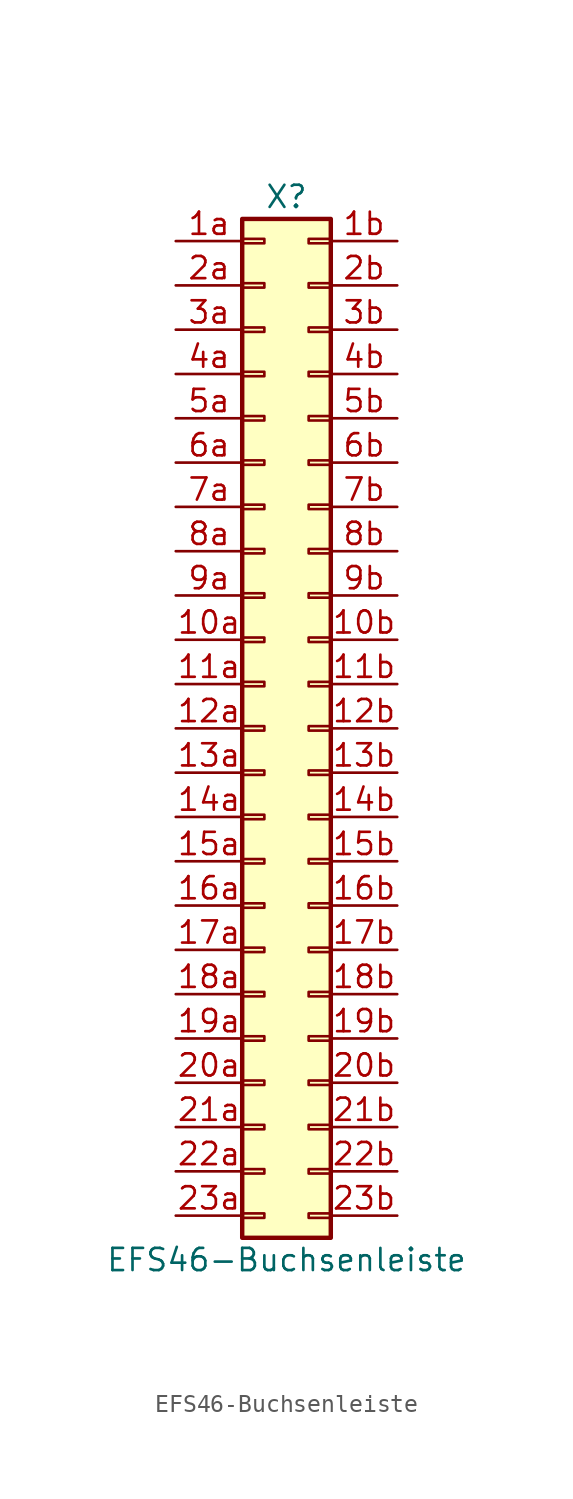
<source format=kicad_sym>
(kicad_symbol_lib
  (version 20211014)
  (generator kicad_symbol_editor)
  (symbol "EFS46-Buchsenleiste"
    (pin_names
      (offset 1.016) hide)
    (property "Reference" "X"
      (at 0 30.48 0)
      (effects (font (size 1.27 1.27))))
    (property "Value" "EFS46-Buchsenleiste"
      (at 0 -30.48 0)
      (effects (font (size 1.27 1.27))))
    (symbol "EFS46-Buchsenleiste_1_1"
      (rectangle (start -2.54 -27.813) (end -1.27 -28.067) (stroke (width 0.152) (type default) (color 0 0 0 0)) (fill (type none)))
      (rectangle (start -2.54 -25.273) (end -1.27 -25.527) (stroke (width 0.152) (type default) (color 0 0 0 0)) (fill (type none)))
      (rectangle (start -2.54 -22.733) (end -1.27 -22.987) (stroke (width 0.152) (type default) (color 0 0 0 0)) (fill (type none)))
      (rectangle (start -2.54 -20.193) (end -1.27 -20.447) (stroke (width 0.152) (type default) (color 0 0 0 0)) (fill (type none)))
      (rectangle (start -2.54 -17.653) (end -1.27 -17.907) (stroke (width 0.152) (type default) (color 0 0 0 0)) (fill (type none)))
      (rectangle (start -2.54 -15.113) (end -1.27 -15.367) (stroke (width 0.152) (type default) (color 0 0 0 0)) (fill (type none)))
      (rectangle (start -2.54 -12.573) (end -1.27 -12.827) (stroke (width 0.152) (type default) (color 0 0 0 0)) (fill (type none)))
      (rectangle (start -2.54 -10.033) (end -1.27 -10.287) (stroke (width 0.152) (type default) (color 0 0 0 0)) (fill (type none)))
      (rectangle (start -2.54 -7.493) (end -1.27 -7.747) (stroke (width 0.152) (type default) (color 0 0 0 0)) (fill (type none)))
      (rectangle (start -2.54 -4.953) (end -1.27 -5.207) (stroke (width 0.152) (type default) (color 0 0 0 0)) (fill (type none)))
      (rectangle (start -2.54 -2.413) (end -1.27 -2.667) (stroke (width 0.152) (type default) (color 0 0 0 0)) (fill (type none)))
      (rectangle (start -2.54 0.127) (end -1.27 -0.127) (stroke (width 0.152) (type default) (color 0 0 0 0)) (fill (type none)))
      (rectangle (start -2.54 2.667) (end -1.27 2.413) (stroke (width 0.152) (type default) (color 0 0 0 0)) (fill (type none)))
      (rectangle (start -2.54 5.207) (end -1.27 4.953) (stroke (width 0.152) (type default) (color 0 0 0 0)) (fill (type none)))
      (rectangle (start -2.54 7.747) (end -1.27 7.493) (stroke (width 0.152) (type default) (color 0 0 0 0)) (fill (type none)))
      (rectangle (start -2.54 10.287) (end -1.27 10.033) (stroke (width 0.152) (type default) (color 0 0 0 0)) (fill (type none)))
      (rectangle (start -2.54 12.827) (end -1.27 12.573) (stroke (width 0.152) (type default) (color 0 0 0 0)) (fill (type none)))
      (rectangle (start -2.54 15.367) (end -1.27 15.113) (stroke (width 0.152) (type default) (color 0 0 0 0)) (fill (type none)))
      (rectangle (start -2.54 17.907) (end -1.27 17.653) (stroke (width 0.152) (type default) (color 0 0 0 0)) (fill (type none)))
      (rectangle (start -2.54 20.447) (end -1.27 20.193) (stroke (width 0.152) (type default) (color 0 0 0 0)) (fill (type none)))
      (rectangle (start -2.54 22.987) (end -1.27 22.733) (stroke (width 0.152) (type default) (color 0 0 0 0)) (fill (type none)))
      (rectangle (start -2.54 25.527) (end -1.27 25.273) (stroke (width 0.152) (type default) (color 0 0 0 0)) (fill (type none)))
      (rectangle (start -2.54 28.067) (end -1.27 27.813) (stroke (width 0.152) (type default) (color 0 0 0 0)) (fill (type none)))
      (rectangle (start -2.54 29.21) (end 2.54 -29.21) (stroke (width 0.254) (type default) (color 0 0 0 0)) (fill (type background)))
      (rectangle (start 2.54 -27.813) (end 1.27 -28.067) (stroke (width 0.152) (type default) (color 0 0 0 0)) (fill (type none)))
      (rectangle (start 2.54 -25.273) (end 1.27 -25.527) (stroke (width 0.152) (type default) (color 0 0 0 0)) (fill (type none)))
      (rectangle (start 2.54 -22.733) (end 1.27 -22.987) (stroke (width 0.152) (type default) (color 0 0 0 0)) (fill (type none)))
      (rectangle (start 2.54 -20.193) (end 1.27 -20.447) (stroke (width 0.152) (type default) (color 0 0 0 0)) (fill (type none)))
      (rectangle (start 2.54 -17.653) (end 1.27 -17.907) (stroke (width 0.152) (type default) (color 0 0 0 0)) (fill (type none)))
      (rectangle (start 2.54 -15.113) (end 1.27 -15.367) (stroke (width 0.152) (type default) (color 0 0 0 0)) (fill (type none)))
      (rectangle (start 2.54 -12.573) (end 1.27 -12.827) (stroke (width 0.152) (type default) (color 0 0 0 0)) (fill (type none)))
      (rectangle (start 2.54 -10.033) (end 1.27 -10.287) (stroke (width 0.152) (type default) (color 0 0 0 0)) (fill (type none)))
      (rectangle (start 2.54 -7.493) (end 1.27 -7.747) (stroke (width 0.152) (type default) (color 0 0 0 0)) (fill (type none)))
      (rectangle (start 2.54 -4.953) (end 1.27 -5.207) (stroke (width 0.152) (type default) (color 0 0 0 0)) (fill (type none)))
      (rectangle (start 2.54 -2.413) (end 1.27 -2.667) (stroke (width 0.152) (type default) (color 0 0 0 0)) (fill (type none)))
      (rectangle (start 2.54 0.127) (end 1.27 -0.127) (stroke (width 0.152) (type default) (color 0 0 0 0)) (fill (type none)))
      (rectangle (start 2.54 2.667) (end 1.27 2.413) (stroke (width 0.152) (type default) (color 0 0 0 0)) (fill (type none)))
      (rectangle (start 2.54 5.207) (end 1.27 4.953) (stroke (width 0.152) (type default) (color 0 0 0 0)) (fill (type none)))
      (rectangle (start 2.54 7.747) (end 1.27 7.493) (stroke (width 0.152) (type default) (color 0 0 0 0)) (fill (type none)))
      (rectangle (start 2.54 10.287) (end 1.27 10.033) (stroke (width 0.152) (type default) (color 0 0 0 0)) (fill (type none)))
      (rectangle (start 2.54 12.827) (end 1.27 12.573) (stroke (width 0.152) (type default) (color 0 0 0 0)) (fill (type none)))
      (rectangle (start 2.54 15.367) (end 1.27 15.113) (stroke (width 0.152) (type default) (color 0 0 0 0)) (fill (type none)))
      (rectangle (start 2.54 17.907) (end 1.27 17.653) (stroke (width 0.152) (type default) (color 0 0 0 0)) (fill (type none)))
      (rectangle (start 2.54 20.447) (end 1.27 20.193) (stroke (width 0.152) (type default) (color 0 0 0 0)) (fill (type none)))
      (rectangle (start 2.54 22.987) (end 1.27 22.733) (stroke (width 0.152) (type default) (color 0 0 0 0)) (fill (type none)))
      (rectangle (start 2.54 25.527) (end 1.27 25.273) (stroke (width 0.152) (type default) (color 0 0 0 0)) (fill (type none)))
      (rectangle (start 2.54 28.067) (end 1.27 27.813) (stroke (width 0.152) (type default) (color 0 0 0 0)) (fill (type none)))
      (pin passive line (at -6.35 5.08 0) (length 3.81) (name "Pin_10a" (effects (font (size 1.27 1.27)))) (number "10a" (effects (font (size 1.27 1.27)))))
      (pin passive line (at 6.35 5.08 180) (length 3.81) (name "Pin_10b" (effects (font (size 1.27 1.27)))) (number "10b" (effects (font (size 1.27 1.27)))))
      (pin passive line (at -6.35 2.54 0) (length 3.81) (name "Pin_11a" (effects (font (size 1.27 1.27)))) (number "11a" (effects (font (size 1.27 1.27)))))
      (pin passive line (at 6.35 2.54 180) (length 3.81) (name "Pin_11b" (effects (font (size 1.27 1.27)))) (number "11b" (effects (font (size 1.27 1.27)))))
      (pin passive line (at -6.35 0 0) (length 3.81) (name "Pin_12a" (effects (font (size 1.27 1.27)))) (number "12a" (effects (font (size 1.27 1.27)))))
      (pin passive line (at 6.35 0 180) (length 3.81) (name "Pin_12b" (effects (font (size 1.27 1.27)))) (number "12b" (effects (font (size 1.27 1.27)))))
      (pin passive line (at -6.35 -2.54 0) (length 3.81) (name "Pin_13a" (effects (font (size 1.27 1.27)))) (number "13a" (effects (font (size 1.27 1.27)))))
      (pin passive line (at 6.35 -2.54 180) (length 3.81) (name "Pin_13b" (effects (font (size 1.27 1.27)))) (number "13b" (effects (font (size 1.27 1.27)))))
      (pin passive line (at -6.35 -5.08 0) (length 3.81) (name "Pin_14a" (effects (font (size 1.27 1.27)))) (number "14a" (effects (font (size 1.27 1.27)))))
      (pin passive line (at 6.35 -5.08 180) (length 3.81) (name "Pin_14b" (effects (font (size 1.27 1.27)))) (number "14b" (effects (font (size 1.27 1.27)))))
      (pin passive line (at -6.35 -7.62 0) (length 3.81) (name "Pin_15a" (effects (font (size 1.27 1.27)))) (number "15a" (effects (font (size 1.27 1.27)))))
      (pin passive line (at 6.35 -7.62 180) (length 3.81) (name "Pin_15b" (effects (font (size 1.27 1.27)))) (number "15b" (effects (font (size 1.27 1.27)))))
      (pin passive line (at -6.35 -10.16 0) (length 3.81) (name "Pin_16a" (effects (font (size 1.27 1.27)))) (number "16a" (effects (font (size 1.27 1.27)))))
      (pin passive line (at 6.35 -10.16 180) (length 3.81) (name "Pin_16b" (effects (font (size 1.27 1.27)))) (number "16b" (effects (font (size 1.27 1.27)))))
      (pin passive line (at -6.35 -12.7 0) (length 3.81) (name "Pin_17a" (effects (font (size 1.27 1.27)))) (number "17a" (effects (font (size 1.27 1.27)))))
      (pin passive line (at 6.35 -12.7 180) (length 3.81) (name "Pin_17b" (effects (font (size 1.27 1.27)))) (number "17b" (effects (font (size 1.27 1.27)))))
      (pin passive line (at -6.35 -15.24 0) (length 3.81) (name "Pin_18a" (effects (font (size 1.27 1.27)))) (number "18a" (effects (font (size 1.27 1.27)))))
      (pin passive line (at 6.35 -15.24 180) (length 3.81) (name "Pin_18b" (effects (font (size 1.27 1.27)))) (number "18b" (effects (font (size 1.27 1.27)))))
      (pin passive line (at -6.35 -17.78 0) (length 3.81) (name "Pin_19a" (effects (font (size 1.27 1.27)))) (number "19a" (effects (font (size 1.27 1.27)))))
      (pin passive line (at 6.35 -17.78 180) (length 3.81) (name "Pin_19b" (effects (font (size 1.27 1.27)))) (number "19b" (effects (font (size 1.27 1.27)))))
      (pin passive line (at -6.35 27.94 0) (length 3.81) (name "Pin_1a" (effects (font (size 1.27 1.27)))) (number "1a" (effects (font (size 1.27 1.27)))))
      (pin passive line (at 6.35 27.94 180) (length 3.81) (name "Pin_1b" (effects (font (size 1.27 1.27)))) (number "1b" (effects (font (size 1.27 1.27)))))
      (pin passive line (at -6.35 -20.32 0) (length 3.81) (name "Pin_20a" (effects (font (size 1.27 1.27)))) (number "20a" (effects (font (size 1.27 1.27)))))
      (pin passive line (at 6.35 -20.32 180) (length 3.81) (name "Pin_20b" (effects (font (size 1.27 1.27)))) (number "20b" (effects (font (size 1.27 1.27)))))
      (pin passive line (at -6.35 -22.86 0) (length 3.81) (name "Pin_21a" (effects (font (size 1.27 1.27)))) (number "21a" (effects (font (size 1.27 1.27)))))
      (pin passive line (at 6.35 -22.86 180) (length 3.81) (name "Pin_21b" (effects (font (size 1.27 1.27)))) (number "21b" (effects (font (size 1.27 1.27)))))
      (pin passive line (at -6.35 -25.4 0) (length 3.81) (name "Pin_22a" (effects (font (size 1.27 1.27)))) (number "22a" (effects (font (size 1.27 1.27)))))
      (pin passive line (at 6.35 -25.4 180) (length 3.81) (name "Pin_22b" (effects (font (size 1.27 1.27)))) (number "22b" (effects (font (size 1.27 1.27)))))
      (pin passive line (at -6.35 -27.94 0) (length 3.81) (name "Pin_23a" (effects (font (size 1.27 1.27)))) (number "23a" (effects (font (size 1.27 1.27)))))
      (pin passive line (at 6.35 -27.94 180) (length 3.81) (name "Pin_23b" (effects (font (size 1.27 1.27)))) (number "23b" (effects (font (size 1.27 1.27)))))
      (pin passive line (at -6.35 25.4 0) (length 3.81) (name "Pin_2a" (effects (font (size 1.27 1.27)))) (number "2a" (effects (font (size 1.27 1.27)))))
      (pin passive line (at 6.35 25.4 180) (length 3.81) (name "Pin_2b" (effects (font (size 1.27 1.27)))) (number "2b" (effects (font (size 1.27 1.27)))))
      (pin passive line (at -6.35 22.86 0) (length 3.81) (name "Pin_3a" (effects (font (size 1.27 1.27)))) (number "3a" (effects (font (size 1.27 1.27)))))
      (pin passive line (at 6.35 22.86 180) (length 3.81) (name "Pin_3b" (effects (font (size 1.27 1.27)))) (number "3b" (effects (font (size 1.27 1.27)))))
      (pin passive line (at -6.35 20.32 0) (length 3.81) (name "Pin_4a" (effects (font (size 1.27 1.27)))) (number "4a" (effects (font (size 1.27 1.27)))))
      (pin passive line (at 6.35 20.32 180) (length 3.81) (name "Pin_4b" (effects (font (size 1.27 1.27)))) (number "4b" (effects (font (size 1.27 1.27)))))
      (pin passive line (at -6.35 17.78 0) (length 3.81) (name "Pin_5a" (effects (font (size 1.27 1.27)))) (number "5a" (effects (font (size 1.27 1.27)))))
      (pin passive line (at 6.35 17.78 180) (length 3.81) (name "Pin_5b" (effects (font (size 1.27 1.27)))) (number "5b" (effects (font (size 1.27 1.27)))))
      (pin passive line (at -6.35 15.24 0) (length 3.81) (name "Pin_6a" (effects (font (size 1.27 1.27)))) (number "6a" (effects (font (size 1.27 1.27)))))
      (pin passive line (at 6.35 15.24 180) (length 3.81) (name "Pin_6b" (effects (font (size 1.27 1.27)))) (number "6b" (effects (font (size 1.27 1.27)))))
      (pin passive line (at -6.35 12.7 0) (length 3.81) (name "Pin_7a" (effects (font (size 1.27 1.27)))) (number "7a" (effects (font (size 1.27 1.27)))))
      (pin passive line (at 6.35 12.7 180) (length 3.81) (name "Pin_7b" (effects (font (size 1.27 1.27)))) (number "7b" (effects (font (size 1.27 1.27)))))
      (pin passive line (at -6.35 10.16 0) (length 3.81) (name "Pin_8a" (effects (font (size 1.27 1.27)))) (number "8a" (effects (font (size 1.27 1.27)))))
      (pin passive line (at 6.35 10.16 180) (length 3.81) (name "Pin_8b" (effects (font (size 1.27 1.27)))) (number "8b" (effects (font (size 1.27 1.27)))))
      (pin passive line (at -6.35 7.62 0) (length 3.81) (name "Pin_9a" (effects (font (size 1.27 1.27)))) (number "9a" (effects (font (size 1.27 1.27)))))
      (pin passive line (at 6.35 7.62 180) (length 3.81) (name "Pin_9b" (effects (font (size 1.27 1.27)))) (number "9b" (effects (font (size 1.27 1.27))))))))
</source>
